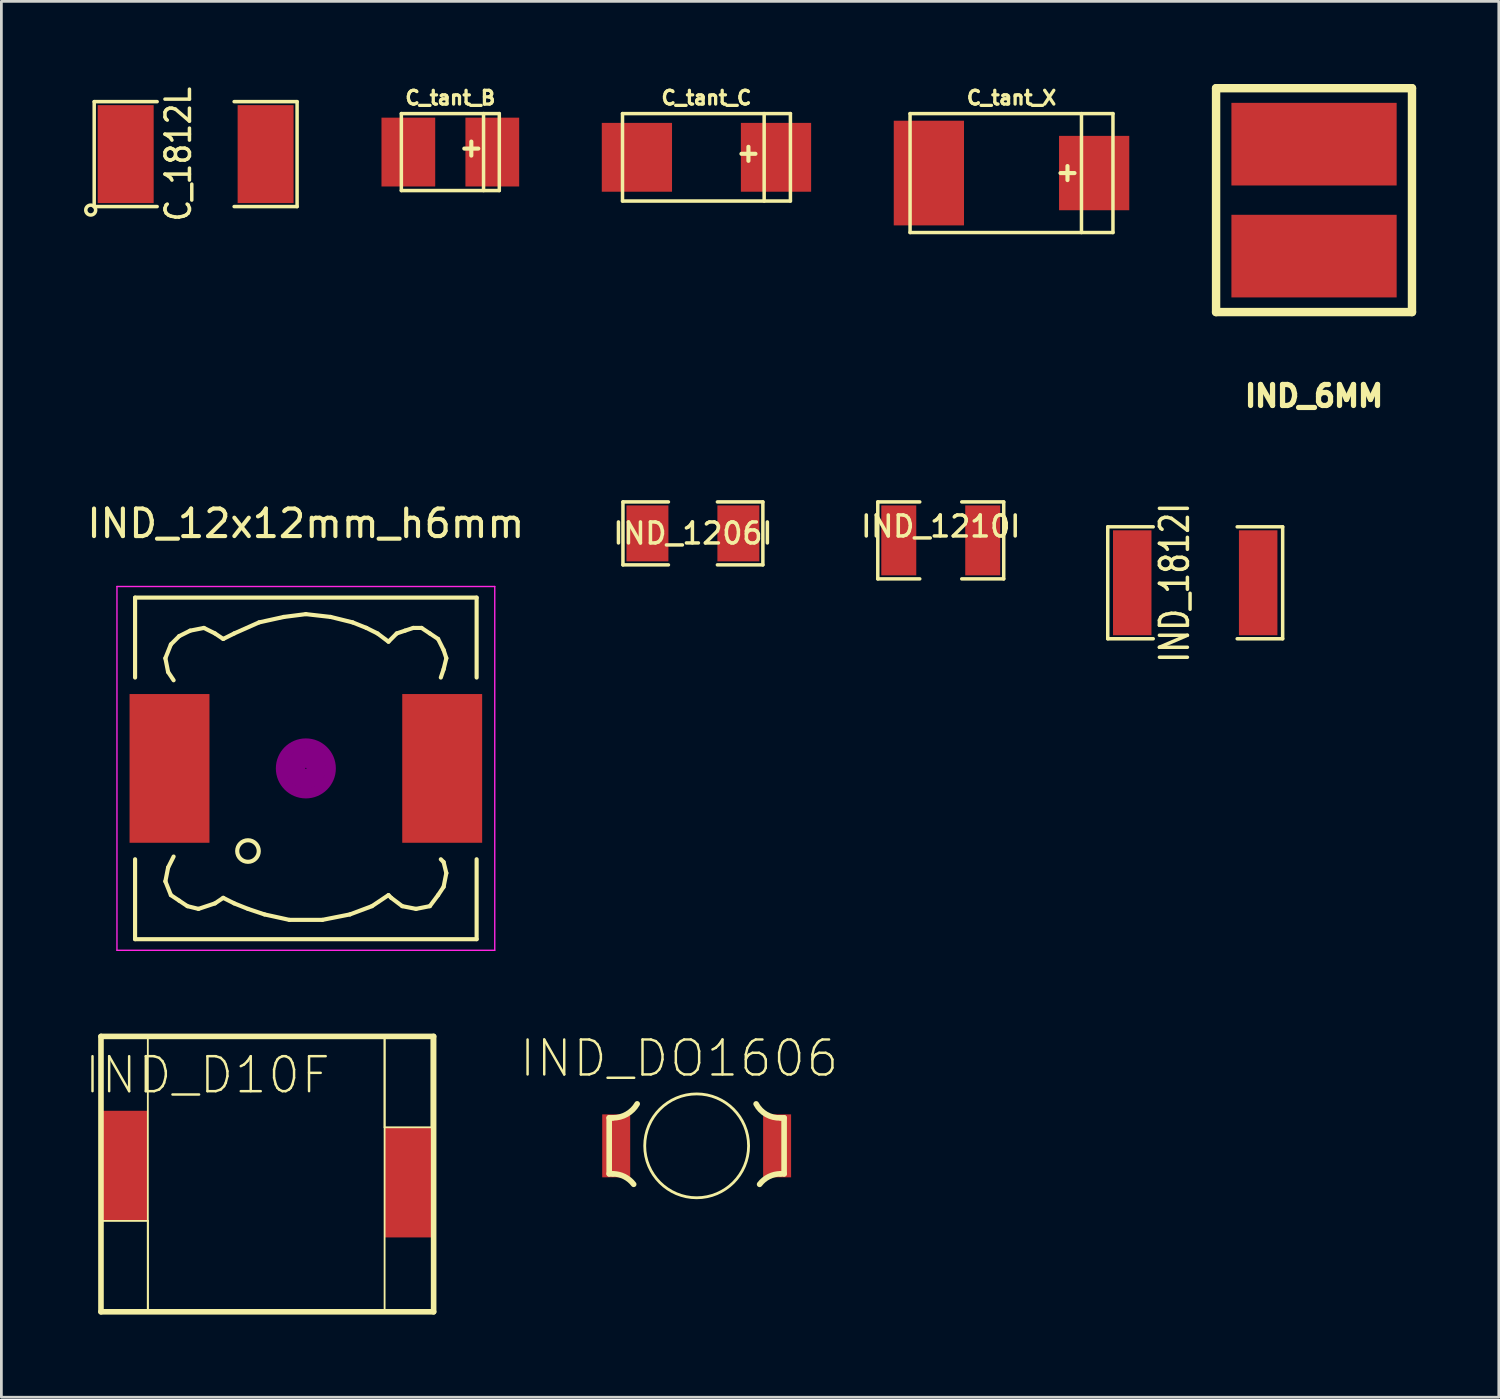
<source format=kicad_pcb>
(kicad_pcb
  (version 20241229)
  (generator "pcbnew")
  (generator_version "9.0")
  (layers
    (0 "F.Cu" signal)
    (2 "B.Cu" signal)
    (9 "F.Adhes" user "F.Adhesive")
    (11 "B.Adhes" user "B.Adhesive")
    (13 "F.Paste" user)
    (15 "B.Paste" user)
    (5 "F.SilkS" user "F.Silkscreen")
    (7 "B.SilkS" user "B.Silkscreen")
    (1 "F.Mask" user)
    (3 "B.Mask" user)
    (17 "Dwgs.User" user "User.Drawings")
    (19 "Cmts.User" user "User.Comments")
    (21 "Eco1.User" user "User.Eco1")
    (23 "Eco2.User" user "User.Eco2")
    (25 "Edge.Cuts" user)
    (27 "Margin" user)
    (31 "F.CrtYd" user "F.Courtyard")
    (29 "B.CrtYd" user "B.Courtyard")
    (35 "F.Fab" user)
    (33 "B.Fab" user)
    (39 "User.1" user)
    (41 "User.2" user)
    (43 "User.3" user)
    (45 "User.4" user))
  (footprint "IND_DO1606"
    (layer "F.Cu")
    (at 22.242 38.55)
    (property "Reference" "IND_DO1606" (at -0.635 -3.175 0) (layer "F.SilkS") (effects (font (size 1.27 1.27) (thickness 0.089))))
    (attr smd)
    (fp_line (start -3.175 -1.016) (end -3.175 1.016) (stroke (width 0.203) (type solid)) (layer "F.SilkS"))
    (fp_line (start -3.175 1.016) (end -3.048 1.016) (stroke (width 0.203) (type solid)) (layer "F.SilkS"))
    (fp_line (start -3.048 -1.016) (end -3.175 -1.016) (stroke (width 0.203) (type solid)) (layer "F.SilkS"))
    (fp_line (start 3.048 -1.016) (end 3.175 -1.016) (stroke (width 0.203) (type solid)) (layer "F.SilkS"))
    (fp_line (start 3.175 -1.016) (end 3.175 1.016) (stroke (width 0.203) (type solid)) (layer "F.SilkS"))
    (fp_line (start 3.175 1.016) (end 3.048 1.016) (stroke (width 0.203) (type solid)) (layer "F.SilkS"))
    (fp_arc (start -3.048 1.016) (mid -2.622253 1.116446) (end -2.2863 1.3966) (stroke (width 0.2032) (type solid)) (layer "F.SilkS"))
    (fp_arc (start -2.159 -1.524) (mid -2.534584 -1.150435) (end -3.047219 -1.016945) (stroke (width 0.2032) (type solid)) (layer "F.SilkS"))
    (fp_arc (start 2.286 1.397) (mid 2.621805 1.11667) (end 3.0475 1.016) (stroke (width 0.2032) (type solid)) (layer "F.SilkS"))
    (fp_arc (start 3.048 -1.016) (mid 2.529785 -1.140192) (end 2.15912 -1.523047) (stroke (width 0.2032) (type solid)) (layer "F.SilkS"))
    (fp_circle (center 0 0) (end -1.333 1.333) (stroke (width 0.102) (type solid)) (fill no) (layer "F.SilkS"))
    (pad "1" smd rect (at -2.921 0) (size 1.016 2.286) (layers "F.Cu" "F.Mask" "F.Paste"))
    (pad "2" smd rect (at 2.921 0) (size 1.016 2.286) (layers "F.Cu" "F.Mask" "F.Paste")))
  (footprint "IND_1812I"
    (layer "F.Cu")
    (at 40.342 18.108)
    (property "Reference" "IND_1812I" (at -0.747 0 90) (layer "F.SilkS") (effects (font (size 1.016 0.762) (thickness 0.127))))
    (attr smd)
    (fp_line (start -3.175 -2.032) (end -3.175 2.032) (stroke (width 0.127) (type solid)) (layer "F.SilkS"))
    (fp_line (start -3.175 2.032) (end -1.524 2.032) (stroke (width 0.127) (type solid)) (layer "F.SilkS"))
    (fp_line (start -1.524 -2.032) (end -3.175 -2.032) (stroke (width 0.127) (type solid)) (layer "F.SilkS"))
    (fp_line (start 1.524 2.032) (end 3.175 2.032) (stroke (width 0.127) (type solid)) (layer "F.SilkS"))
    (fp_line (start 3.175 -2.032) (end 1.524 -2.032) (stroke (width 0.127) (type solid)) (layer "F.SilkS"))
    (fp_line (start 3.175 2.032) (end 3.175 -2.032) (stroke (width 0.127) (type solid)) (layer "F.SilkS"))
    (pad "1" smd rect (at -2.286 0) (size 1.397 3.81) (layers "F.Cu" "F.Mask" "F.Paste"))
    (pad "2" smd rect (at 2.286 0) (size 1.397 3.81) (layers "F.Cu" "F.Mask" "F.Paste")))
  (footprint "IND_1210I"
    (layer "F.Cu")
    (at 31.104 16.569)
    (property "Reference" "IND_1210I" (at 0 -0.508 0) (layer "F.SilkS") (effects (font (size 0.762 0.762) (thickness 0.127))))
    (attr smd)
    (fp_line (start -2.286 -1.397) (end -2.286 1.397) (stroke (width 0.127) (type solid)) (layer "F.SilkS"))
    (fp_line (start -2.286 1.397) (end -0.762 1.397) (stroke (width 0.127) (type solid)) (layer "F.SilkS"))
    (fp_line (start -0.762 -1.397) (end -2.286 -1.397) (stroke (width 0.127) (type solid)) (layer "F.SilkS"))
    (fp_line (start 0.762 1.397) (end 2.286 1.397) (stroke (width 0.127) (type solid)) (layer "F.SilkS"))
    (fp_line (start 2.286 -1.397) (end 0.762 -1.397) (stroke (width 0.127) (type solid)) (layer "F.SilkS"))
    (fp_line (start 2.286 1.397) (end 2.286 -1.397) (stroke (width 0.127) (type solid)) (layer "F.SilkS"))
    (pad "1" smd rect (at -1.524 0) (size 1.27 2.54) (layers "F.Cu" "F.Mask" "F.Paste"))
    (pad "2" smd rect (at 1.524 0) (size 1.27 2.54) (layers "F.Cu" "F.Mask" "F.Paste")))
  (footprint "C_tant_C"
    (layer "F.Cu")
    (at 22.598 2.661)
    (property "Reference" "C_tant_C" (at 0 -2.159 0) (layer "F.SilkS") (effects (font (size 0.5 0.5) (thickness 0.119))))
    (attr through_hole)
    (fp_line (start -3.048 -1.587) (end -3.048 1.587) (stroke (width 0.127) (type solid)) (layer "F.SilkS"))
    (fp_line (start -3.048 1.587) (end 3.048 1.587) (stroke (width 0.127) (type solid)) (layer "F.SilkS"))
    (fp_line (start 1.27 -0.127) (end 1.778 -0.127) (stroke (width 0.15) (type solid)) (layer "F.SilkS"))
    (fp_line (start 1.524 -0.381) (end 1.524 0.127) (stroke (width 0.15) (type solid)) (layer "F.SilkS"))
    (fp_line (start 2.095 -1.587) (end 2.095 1.587) (stroke (width 0.127) (type solid)) (layer "F.SilkS"))
    (fp_line (start 3.048 -1.587) (end -3.048 -1.587) (stroke (width 0.127) (type solid)) (layer "F.SilkS"))
    (fp_line (start 3.048 1.587) (end 3.048 -1.587) (stroke (width 0.127) (type solid)) (layer "F.SilkS"))
    (pad "1" smd rect (at 2.525 0) (size 2.55 2.499) (layers "F.Cu" "F.Mask" "F.Paste"))
    (pad "2" smd rect (at -2.525 0) (size 2.55 2.499) (layers "F.Cu" "F.Mask" "F.Paste")))
  (footprint "IND_6MM"
    (layer "F.Cu")
    (at 44.656 4.216)
    (property "Reference" "IND_6MM" (at 0 7.112 0) (layer "F.SilkS") (effects (font (size 0.762 0.762) (thickness 0.191))))
    (attr through_hole)
    (fp_line (start -3.556 -4.064) (end -3.556 4.064) (stroke (width 0.305) (type solid)) (layer "F.SilkS"))
    (fp_line (start -3.556 4.064) (end 3.556 4.064) (stroke (width 0.305) (type solid)) (layer "F.SilkS"))
    (fp_line (start 3.556 -4.064) (end -3.556 -4.064) (stroke (width 0.305) (type solid)) (layer "F.SilkS"))
    (fp_line (start 3.556 4.064) (end 3.556 -4.064) (stroke (width 0.305) (type solid)) (layer "F.SilkS"))
    (pad "1" smd rect (at 0 -2.032) (size 5.999 3) (layers "F.Cu" "F.Mask" "F.Paste"))
    (pad "2" smd rect (at 0 2.032) (size 5.999 3) (layers "F.Cu" "F.Mask" "F.Paste")))
  (footprint "C_tant_X"
    (layer "F.Cu")
    (at 33.673 3.233)
    (property "Reference" "C_tant_X" (at 0 -2.731 0) (layer "F.SilkS") (effects (font (size 0.5 0.5) (thickness 0.119))))
    (attr through_hole)
    (fp_line (start -3.683 -2.159) (end -3.683 2.159) (stroke (width 0.127) (type solid)) (layer "F.SilkS"))
    (fp_line (start -3.683 2.159) (end 3.683 2.159) (stroke (width 0.127) (type solid)) (layer "F.SilkS"))
    (fp_line (start 2.032 -0.254) (end 2.032 0.254) (stroke (width 0.15) (type solid)) (layer "F.SilkS"))
    (fp_line (start 2.286 0) (end 1.778 0) (stroke (width 0.15) (type solid)) (layer "F.SilkS"))
    (fp_line (start 2.54 -2.159) (end 2.54 2.159) (stroke (width 0.127) (type solid)) (layer "F.SilkS"))
    (fp_line (start 3.683 -2.159) (end -3.683 -2.159) (stroke (width 0.127) (type solid)) (layer "F.SilkS"))
    (fp_line (start 3.683 2.159) (end 3.683 -2.159) (stroke (width 0.127) (type solid)) (layer "F.SilkS"))
    (pad "1" smd rect (at 3 0) (size 2.55 2.7) (layers "F.Cu" "F.Mask" "F.Paste"))
    (pad "2" smd rect (at -3 0) (size 2.55 3.8) (layers "F.Cu" "F.Mask" "F.Paste")))
  (footprint "IND_1206I"
    (layer "F.Cu")
    (at 22.106 16.315)
    (property "Reference" "IND_1206I" (at 0 0 0) (layer "F.SilkS") (effects (font (size 0.762 0.762) (thickness 0.127))))
    (attr smd)
    (fp_line (start -2.54 -1.143) (end -2.54 1.143) (stroke (width 0.127) (type solid)) (layer "F.SilkS"))
    (fp_line (start -2.54 1.143) (end -0.889 1.143) (stroke (width 0.127) (type solid)) (layer "F.SilkS"))
    (fp_line (start -0.889 -1.143) (end -2.54 -1.143) (stroke (width 0.127) (type solid)) (layer "F.SilkS"))
    (fp_line (start 0.889 -1.143) (end 2.54 -1.143) (stroke (width 0.127) (type solid)) (layer "F.SilkS"))
    (fp_line (start 2.54 -1.143) (end 2.54 1.143) (stroke (width 0.127) (type solid)) (layer "F.SilkS"))
    (fp_line (start 2.54 1.143) (end 0.889 1.143) (stroke (width 0.127) (type solid)) (layer "F.SilkS"))
    (pad "1" smd rect (at -1.651 0) (size 1.524 2.032) (layers "F.Cu" "F.Mask" "F.Paste"))
    (pad "2" smd rect (at 1.651 0) (size 1.524 2.032) (layers "F.Cu" "F.Mask" "F.Paste")))
  (footprint "IND_D10F"
    (layer "F.Cu")
    (at 6.615 39.576)
    (property "Reference" "IND_D10F" (at -2.134 -3.594 180) (layer "F.SilkS") (effects (font (size 1.27 1.27) (thickness 0.089))))
    (attr smd)
    (fp_line (start -5.999 -4.999) (end -5.999 4.999) (stroke (width 0.203) (type solid)) (layer "F.SilkS"))
    (fp_line (start -5.999 1.699) (end -4.298 1.699) (stroke (width 0.066) (type solid)) (layer "F.SilkS"))
    (fp_line (start -5.999 4.999) (end -5.999 1.699) (stroke (width 0.066) (type solid)) (layer "F.SilkS"))
    (fp_line (start -5.999 4.999) (end -4.298 4.999) (stroke (width 0.066) (type solid)) (layer "F.SilkS"))
    (fp_line (start -4.298 -4.999) (end 4.298 -4.999) (stroke (width 0.066) (type solid)) (layer "F.SilkS"))
    (fp_line (start -4.298 4.999) (end -4.298 -4.999) (stroke (width 0.066) (type solid)) (layer "F.SilkS"))
    (fp_line (start -4.298 4.999) (end -4.298 1.699) (stroke (width 0.066) (type solid)) (layer "F.SilkS"))
    (fp_line (start -4.298 4.999) (end 4.298 4.999) (stroke (width 0.066) (type solid)) (layer "F.SilkS"))
    (fp_line (start 4.298 -4.999) (end 5.999 -4.999) (stroke (width 0.066) (type solid)) (layer "F.SilkS"))
    (fp_line (start 4.298 -1.699) (end 4.298 -4.999) (stroke (width 0.066) (type solid)) (layer "F.SilkS"))
    (fp_line (start 4.298 -1.699) (end 5.999 -1.699) (stroke (width 0.066) (type solid)) (layer "F.SilkS"))
    (fp_line (start 4.298 4.999) (end 4.298 -4.999) (stroke (width 0.066) (type solid)) (layer "F.SilkS"))
    (fp_line (start 5.999 -1.699) (end 5.999 -4.999) (stroke (width 0.066) (type solid)) (layer "F.SilkS"))
    (fp_line (start 6.078 -4.999) (end -5.999 -4.999) (stroke (width 0.203) (type solid)) (layer "F.SilkS"))
    (fp_line (start 6.078 4.999) (end -5.999 4.999) (stroke (width 0.203) (type solid)) (layer "F.SilkS"))
    (fp_line (start 6.078 4.999) (end 6.078 -4.999) (stroke (width 0.203) (type solid)) (layer "F.SilkS"))
    (pad "1" smd rect (at -5.149 -0.3) (size 1.699 3.998) (layers "F.Cu" "F.Mask" "F.Paste"))
    (pad "2" smd rect (at 5.149 0.3) (size 1.699 3.998) (layers "F.Cu" "F.Mask" "F.Paste")))
  (footprint "C_1812L"
    (layer "F.Cu")
    (at 4.053 2.545)
    (property "Reference" "C_1812L" (at -0.63 0 90) (layer "F.SilkS") (effects (font (size 0.889 0.762) (thickness 0.127))))
    (attr smd)
    (fp_line (start -3.683 -1.905) (end -3.683 1.905) (stroke (width 0.127) (type solid)) (layer "F.SilkS"))
    (fp_line (start -3.683 1.905) (end -1.397 1.905) (stroke (width 0.127) (type solid)) (layer "F.SilkS"))
    (fp_line (start -1.397 -1.905) (end -3.683 -1.905) (stroke (width 0.127) (type solid)) (layer "F.SilkS"))
    (fp_line (start 1.397 1.905) (end 3.683 1.905) (stroke (width 0.127) (type solid)) (layer "F.SilkS"))
    (fp_line (start 3.683 -1.905) (end 1.397 -1.905) (stroke (width 0.127) (type solid)) (layer "F.SilkS"))
    (fp_line (start 3.683 1.905) (end 3.683 -1.905) (stroke (width 0.127) (type solid)) (layer "F.SilkS"))
    (fp_circle (center -3.81 2.032) (end -3.683 1.905) (stroke (width 0.127) (type solid)) (fill no) (layer "F.SilkS"))
    (pad "1" smd rect (at -2.54 0) (size 2.032 3.556) (layers "F.Cu" "F.Mask" "F.Paste"))
    (pad "2" smd rect (at 2.54 0) (size 2.032 3.556) (layers "F.Cu" "F.Mask" "F.Paste")))
  (footprint "IND_12x12mm_h6mm"
    (layer "F.Cu")
    (at 8.054 24.847)
    (property "Reference" "IND_12x12mm_h6mm" (at 0 -8.89 0) (layer "F.SilkS") (effects (font (size 1 1) (thickness 0.15))))
    (attr smd)
    (fp_line (start -6.2 -6.2) (end -6.2 -3.299) (stroke (width 0.15) (type solid)) (layer "F.SilkS"))
    (fp_line (start -6.2 3.299) (end -6.2 6.2) (stroke (width 0.15) (type solid)) (layer "F.SilkS"))
    (fp_line (start -6.2 6.2) (end 6.2 6.2) (stroke (width 0.15) (type solid)) (layer "F.SilkS"))
    (fp_line (start -5.1 -4) (end -5.001 -3.5) (stroke (width 0.15) (type solid)) (layer "F.SilkS"))
    (fp_line (start -5.1 4.1) (end -5.001 3.599) (stroke (width 0.15) (type solid)) (layer "F.SilkS"))
    (fp_line (start -5.001 -3.5) (end -4.801 -3.2) (stroke (width 0.15) (type solid)) (layer "F.SilkS"))
    (fp_line (start -5.001 3.599) (end -4.801 3.2) (stroke (width 0.15) (type solid)) (layer "F.SilkS"))
    (fp_line (start -4.9 -4.501) (end -5.1 -4) (stroke (width 0.15) (type solid)) (layer "F.SilkS"))
    (fp_line (start -4.9 4.6) (end -5.1 4.1) (stroke (width 0.15) (type solid)) (layer "F.SilkS"))
    (fp_line (start -4.6 -4.801) (end -4.9 -4.501) (stroke (width 0.15) (type solid)) (layer "F.SilkS"))
    (fp_line (start -4.6 4.801) (end -4.9 4.6) (stroke (width 0.15) (type solid)) (layer "F.SilkS"))
    (fp_line (start -4.3 5.001) (end -4.6 4.801) (stroke (width 0.15) (type solid)) (layer "F.SilkS"))
    (fp_line (start -4.201 -5.001) (end -4.6 -4.801) (stroke (width 0.15) (type solid)) (layer "F.SilkS"))
    (fp_line (start -3.899 5.1) (end -4.3 5.001) (stroke (width 0.15) (type solid)) (layer "F.SilkS"))
    (fp_line (start -3.701 -5.1) (end -4.201 -5.001) (stroke (width 0.15) (type solid)) (layer "F.SilkS"))
    (fp_line (start -3.299 -4.9) (end -3.701 -5.1) (stroke (width 0.15) (type solid)) (layer "F.SilkS"))
    (fp_line (start -3.299 4.9) (end -3.899 5.1) (stroke (width 0.15) (type solid)) (layer "F.SilkS"))
    (fp_line (start -3 -4.699) (end -3.299 -4.9) (stroke (width 0.15) (type solid)) (layer "F.SilkS"))
    (fp_line (start -3 4.699) (end -3.299 4.9) (stroke (width 0.15) (type solid)) (layer "F.SilkS"))
    (fp_line (start -2.601 -4.9) (end -3 -4.699) (stroke (width 0.15) (type solid)) (layer "F.SilkS"))
    (fp_line (start -2.601 4.9) (end -3 4.699) (stroke (width 0.15) (type solid)) (layer "F.SilkS"))
    (fp_line (start -2.101 5.1) (end -2.601 4.9) (stroke (width 0.15) (type solid)) (layer "F.SilkS"))
    (fp_line (start -1.699 -5.301) (end -2.601 -4.9) (stroke (width 0.15) (type solid)) (layer "F.SilkS"))
    (fp_line (start -1.501 5.301) (end -2.101 5.1) (stroke (width 0.15) (type solid)) (layer "F.SilkS"))
    (fp_line (start -0.8 -5.499) (end -1.699 -5.301) (stroke (width 0.15) (type solid)) (layer "F.SilkS"))
    (fp_line (start -0.599 5.499) (end -1.501 5.301) (stroke (width 0.15) (type solid)) (layer "F.SilkS"))
    (fp_line (start 0 -5.601) (end -0.8 -5.499) (stroke (width 0.15) (type solid)) (layer "F.SilkS"))
    (fp_line (start 0.599 5.499) (end -0.599 5.499) (stroke (width 0.15) (type solid)) (layer "F.SilkS"))
    (fp_line (start 0.899 -5.499) (end 0 -5.601) (stroke (width 0.15) (type solid)) (layer "F.SilkS"))
    (fp_line (start 1.6 5.301) (end 0.599 5.499) (stroke (width 0.15) (type solid)) (layer "F.SilkS"))
    (fp_line (start 1.699 -5.301) (end 0.899 -5.499) (stroke (width 0.15) (type solid)) (layer "F.SilkS"))
    (fp_line (start 2.2 -5.1) (end 1.699 -5.301) (stroke (width 0.15) (type solid)) (layer "F.SilkS"))
    (fp_line (start 2.4 5.001) (end 1.6 5.301) (stroke (width 0.15) (type solid)) (layer "F.SilkS"))
    (fp_line (start 2.601 -4.9) (end 2.2 -5.1) (stroke (width 0.15) (type solid)) (layer "F.SilkS"))
    (fp_line (start 3 -4.6) (end 2.601 -4.9) (stroke (width 0.15) (type solid)) (layer "F.SilkS"))
    (fp_line (start 3 4.6) (end 2.4 5.001) (stroke (width 0.15) (type solid)) (layer "F.SilkS"))
    (fp_line (start 3.099 4.699) (end 3 4.6) (stroke (width 0.15) (type solid)) (layer "F.SilkS"))
    (fp_line (start 3.299 -4.9) (end 3 -4.6) (stroke (width 0.15) (type solid)) (layer "F.SilkS"))
    (fp_line (start 3.5 5.001) (end 3.099 4.699) (stroke (width 0.15) (type solid)) (layer "F.SilkS"))
    (fp_line (start 3.599 -5.001) (end 3.299 -4.9) (stroke (width 0.15) (type solid)) (layer "F.SilkS"))
    (fp_line (start 3.899 -5.1) (end 3.599 -5.001) (stroke (width 0.15) (type solid)) (layer "F.SilkS"))
    (fp_line (start 4 5.1) (end 3.5 5.001) (stroke (width 0.15) (type solid)) (layer "F.SilkS"))
    (fp_line (start 4.201 -5.1) (end 3.899 -5.1) (stroke (width 0.15) (type solid)) (layer "F.SilkS"))
    (fp_line (start 4.501 -4.9) (end 4.201 -5.1) (stroke (width 0.15) (type solid)) (layer "F.SilkS"))
    (fp_line (start 4.501 5.001) (end 4 5.1) (stroke (width 0.15) (type solid)) (layer "F.SilkS"))
    (fp_line (start 4.801 -4.699) (end 4.501 -4.9) (stroke (width 0.15) (type solid)) (layer "F.SilkS"))
    (fp_line (start 4.801 4.6) (end 4.501 5.001) (stroke (width 0.15) (type solid)) (layer "F.SilkS"))
    (fp_line (start 4.9 -3.299) (end 5.001 -3.599) (stroke (width 0.15) (type solid)) (layer "F.SilkS"))
    (fp_line (start 4.9 3.299) (end 5.001 3.401) (stroke (width 0.15) (type solid)) (layer "F.SilkS"))
    (fp_line (start 5.001 -4.3) (end 4.801 -4.699) (stroke (width 0.15) (type solid)) (layer "F.SilkS"))
    (fp_line (start 5.001 -3.599) (end 5.1 -4) (stroke (width 0.15) (type solid)) (layer "F.SilkS"))
    (fp_line (start 5.001 3.401) (end 5.1 3.8) (stroke (width 0.15) (type solid)) (layer "F.SilkS"))
    (fp_line (start 5.001 4.3) (end 4.801 4.6) (stroke (width 0.15) (type solid)) (layer "F.SilkS"))
    (fp_line (start 5.1 -4) (end 5.001 -4.3) (stroke (width 0.15) (type solid)) (layer "F.SilkS"))
    (fp_line (start 5.1 3.8) (end 5.001 4.3) (stroke (width 0.15) (type solid)) (layer "F.SilkS"))
    (fp_line (start 6.2 -6.2) (end -6.2 -6.2) (stroke (width 0.15) (type solid)) (layer "F.SilkS"))
    (fp_line (start 6.2 -6.2) (end 6.2 -3.299) (stroke (width 0.15) (type solid)) (layer "F.SilkS"))
    (fp_line (start 6.2 6.2) (end 6.2 3.299) (stroke (width 0.15) (type solid)) (layer "F.SilkS"))
    (fp_circle (center -2.101 3) (end -1.801 3.251) (stroke (width 0.15) (type solid)) (fill no) (layer "F.SilkS"))
    (fp_circle (center 0 0) (end 0.15 0.15) (stroke (width 0.381) (type solid)) (fill no) (layer "F.Adhes"))
    (fp_circle (center 0 0) (end 0.551 0) (stroke (width 0.381) (type solid)) (fill no) (layer "F.Adhes"))
    (fp_circle (center 0 0) (end 0.899 0) (stroke (width 0.381) (type solid)) (fill no) (layer "F.Adhes"))
    (fp_line (start -6.858 -6.604) (end 6.858 -6.604) (stroke (width 0.05) (type solid)) (layer "F.CrtYd"))
    (fp_line (start -6.858 6.604) (end -6.858 -6.604) (stroke (width 0.05) (type solid)) (layer "F.CrtYd"))
    (fp_line (start 6.858 -6.604) (end 6.858 6.604) (stroke (width 0.05) (type solid)) (layer "F.CrtYd"))
    (fp_line (start 6.858 6.604) (end -6.858 6.604) (stroke (width 0.05) (type solid)) (layer "F.CrtYd"))
    (pad "1" smd rect (at -4.95 0) (size 2.901 5.4) (layers "F.Cu" "F.Mask" "F.Paste"))
    (pad "2" smd rect (at 4.95 0) (size 2.901 5.4) (layers "F.Cu" "F.Mask" "F.Paste")))
  (footprint "C_tant_B"
    (layer "F.Cu")
    (at 13.299 2.471)
    (property "Reference" "C_tant_B" (at 0 -1.968 0) (layer "F.SilkS") (effects (font (size 0.5 0.5) (thickness 0.119))))
    (attr through_hole)
    (fp_line (start -1.778 -1.397) (end -1.778 1.397) (stroke (width 0.127) (type solid)) (layer "F.SilkS"))
    (fp_line (start -1.778 1.397) (end 1.778 1.397) (stroke (width 0.127) (type solid)) (layer "F.SilkS"))
    (fp_line (start 0.508 -0.127) (end 1.016 -0.127) (stroke (width 0.15) (type solid)) (layer "F.SilkS"))
    (fp_line (start 0.762 -0.381) (end 0.762 0.127) (stroke (width 0.15) (type solid)) (layer "F.SilkS"))
    (fp_line (start 1.206 -1.397) (end 1.206 1.397) (stroke (width 0.127) (type solid)) (layer "F.SilkS"))
    (fp_line (start 1.778 -1.397) (end -1.778 -1.397) (stroke (width 0.127) (type solid)) (layer "F.SilkS"))
    (fp_line (start 1.778 1.397) (end 1.778 -1.397) (stroke (width 0.127) (type solid)) (layer "F.SilkS"))
    (pad "1" smd rect (at 1.524 0) (size 1.951 2.499) (layers "F.Cu" "F.Mask" "F.Paste"))
    (pad "2" smd rect (at -1.524 0) (size 1.951 2.499) (layers "F.Cu" "F.Mask" "F.Paste")))
  (gr_rect
    (start -3 -3)
    (end 51.364 47.676)
    (stroke (width 0.1) (type default))
    (fill no)
    (layer "Edge.Cuts")))
</source>
